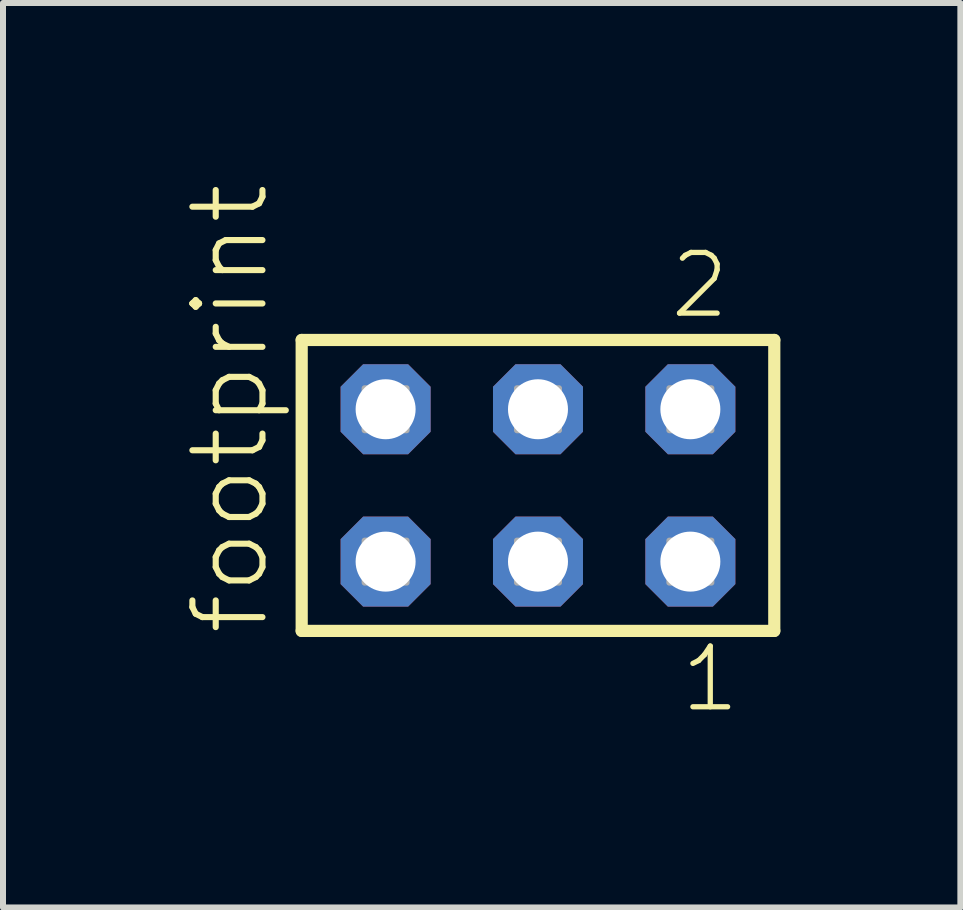
<source format=kicad_pcb>
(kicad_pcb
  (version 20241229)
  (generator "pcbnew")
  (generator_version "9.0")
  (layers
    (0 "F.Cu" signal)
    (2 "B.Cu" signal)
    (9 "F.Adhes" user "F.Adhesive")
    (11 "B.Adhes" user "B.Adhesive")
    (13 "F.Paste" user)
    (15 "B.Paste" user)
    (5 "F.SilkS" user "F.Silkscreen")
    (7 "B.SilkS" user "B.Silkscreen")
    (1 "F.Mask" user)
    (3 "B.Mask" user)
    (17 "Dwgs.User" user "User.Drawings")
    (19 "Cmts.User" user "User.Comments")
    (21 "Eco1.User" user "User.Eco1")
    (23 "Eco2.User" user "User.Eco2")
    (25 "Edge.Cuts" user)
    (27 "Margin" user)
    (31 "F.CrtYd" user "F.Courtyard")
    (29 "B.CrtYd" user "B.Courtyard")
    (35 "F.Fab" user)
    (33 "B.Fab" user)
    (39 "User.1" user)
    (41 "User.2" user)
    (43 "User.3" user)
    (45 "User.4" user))
  (footprint "footprint"
    (layer "F.Cu")
    (at 5.918 5.042)
    (property "Reference" "footprint" (at -4.445 2.54 90) (layer "F.SilkS") (effects (font (size 1.168 1.168) (thickness 0.102)) (justify left bottom)))
    (fp_line (start -3.939 -2.425) (end 3.939 -2.425) (stroke (width 0.203) (type solid)) (layer "F.SilkS"))
    (fp_line (start -3.939 2.425) (end -3.939 -2.425) (stroke (width 0.203) (type solid)) (layer "F.SilkS"))
    (fp_line (start 3.939 -2.425) (end 3.939 2.425) (stroke (width 0.203) (type solid)) (layer "F.SilkS"))
    (fp_line (start 3.939 2.425) (end -3.939 2.425) (stroke (width 0.203) (type solid)) (layer "F.SilkS"))
    (fp_poly (pts (xy -2.89 -0.92) (xy -2.19 -0.92) (xy -2.19 -1.62) (xy -2.89 -1.62)) (stroke (width 0.1) (type solid)) (fill no) (layer "F.Fab"))
    (fp_poly (pts (xy -2.89 1.62) (xy -2.19 1.62) (xy -2.19 0.92) (xy -2.89 0.92)) (stroke (width 0.1) (type solid)) (fill no) (layer "F.Fab"))
    (fp_poly (pts (xy -0.35 -0.92) (xy 0.35 -0.92) (xy 0.35 -1.62) (xy -0.35 -1.62)) (stroke (width 0.1) (type solid)) (fill no) (layer "F.Fab"))
    (fp_poly (pts (xy -0.35 1.62) (xy 0.35 1.62) (xy 0.35 0.92) (xy -0.35 0.92)) (stroke (width 0.1) (type solid)) (fill no) (layer "F.Fab"))
    (fp_poly (pts (xy 2.19 -0.92) (xy 2.89 -0.92) (xy 2.89 -1.62) (xy 2.19 -1.62)) (stroke (width 0.1) (type solid)) (fill no) (layer "F.Fab"))
    (fp_poly (pts (xy 2.19 1.62) (xy 2.89 1.62) (xy 2.89 0.92) (xy 2.19 0.92)) (stroke (width 0.1) (type solid)) (fill no) (layer "F.Fab"))
    (fp_text user "2" (at 2.157 -2.744 0) (layer "F.SilkS") (effects (font (size 1.012 1.012) (thickness 0.088)) (justify left bottom)))
    (fp_text user "1" (at 2.332 3.818 0) (layer "F.SilkS") (effects (font (size 1.012 1.012) (thickness 0.088)) (justify left bottom)))
    (pad "1" thru_hole roundrect (at 2.54 1.27 180) (size 1.5 1.5) (drill 1) (layers "*.Cu" "*.Mask") (roundrect_rratio 0.25) (chamfer_ratio 0.25) (chamfer top_left top_right bottom_left bottom_right))
    (pad "2" thru_hole roundrect (at 2.54 -1.27 180) (size 1.5 1.5) (drill 1) (layers "*.Cu" "*.Mask") (roundrect_rratio 0.25) (chamfer_ratio 0.25) (chamfer top_left top_right bottom_left bottom_right))
    (pad "3" thru_hole roundrect (at 0 1.27 180) (size 1.5 1.5) (drill 1) (layers "*.Cu" "*.Mask") (roundrect_rratio 0.25) (chamfer_ratio 0.25) (chamfer top_left top_right bottom_left bottom_right))
    (pad "4" thru_hole roundrect (at 0 -1.27 180) (size 1.5 1.5) (drill 1) (layers "*.Cu" "*.Mask") (roundrect_rratio 0.25) (chamfer_ratio 0.25) (chamfer top_left top_right bottom_left bottom_right))
    (pad "5" thru_hole roundrect (at -2.54 1.27 180) (size 1.5 1.5) (drill 1) (layers "*.Cu" "*.Mask") (roundrect_rratio 0.25) (chamfer_ratio 0.25) (chamfer top_left top_right bottom_left bottom_right))
    (pad "6" thru_hole roundrect (at -2.54 -1.27 180) (size 1.5 1.5) (drill 1) (layers "*.Cu" "*.Mask") (roundrect_rratio 0.25) (chamfer_ratio 0.25) (chamfer top_left top_right bottom_left bottom_right)))
  (gr_rect
    (start -3 -3)
    (end 12.959 12.077)
    (stroke (width 0.1) (type default))
    (fill no)
    (layer "Edge.Cuts")))
</source>
